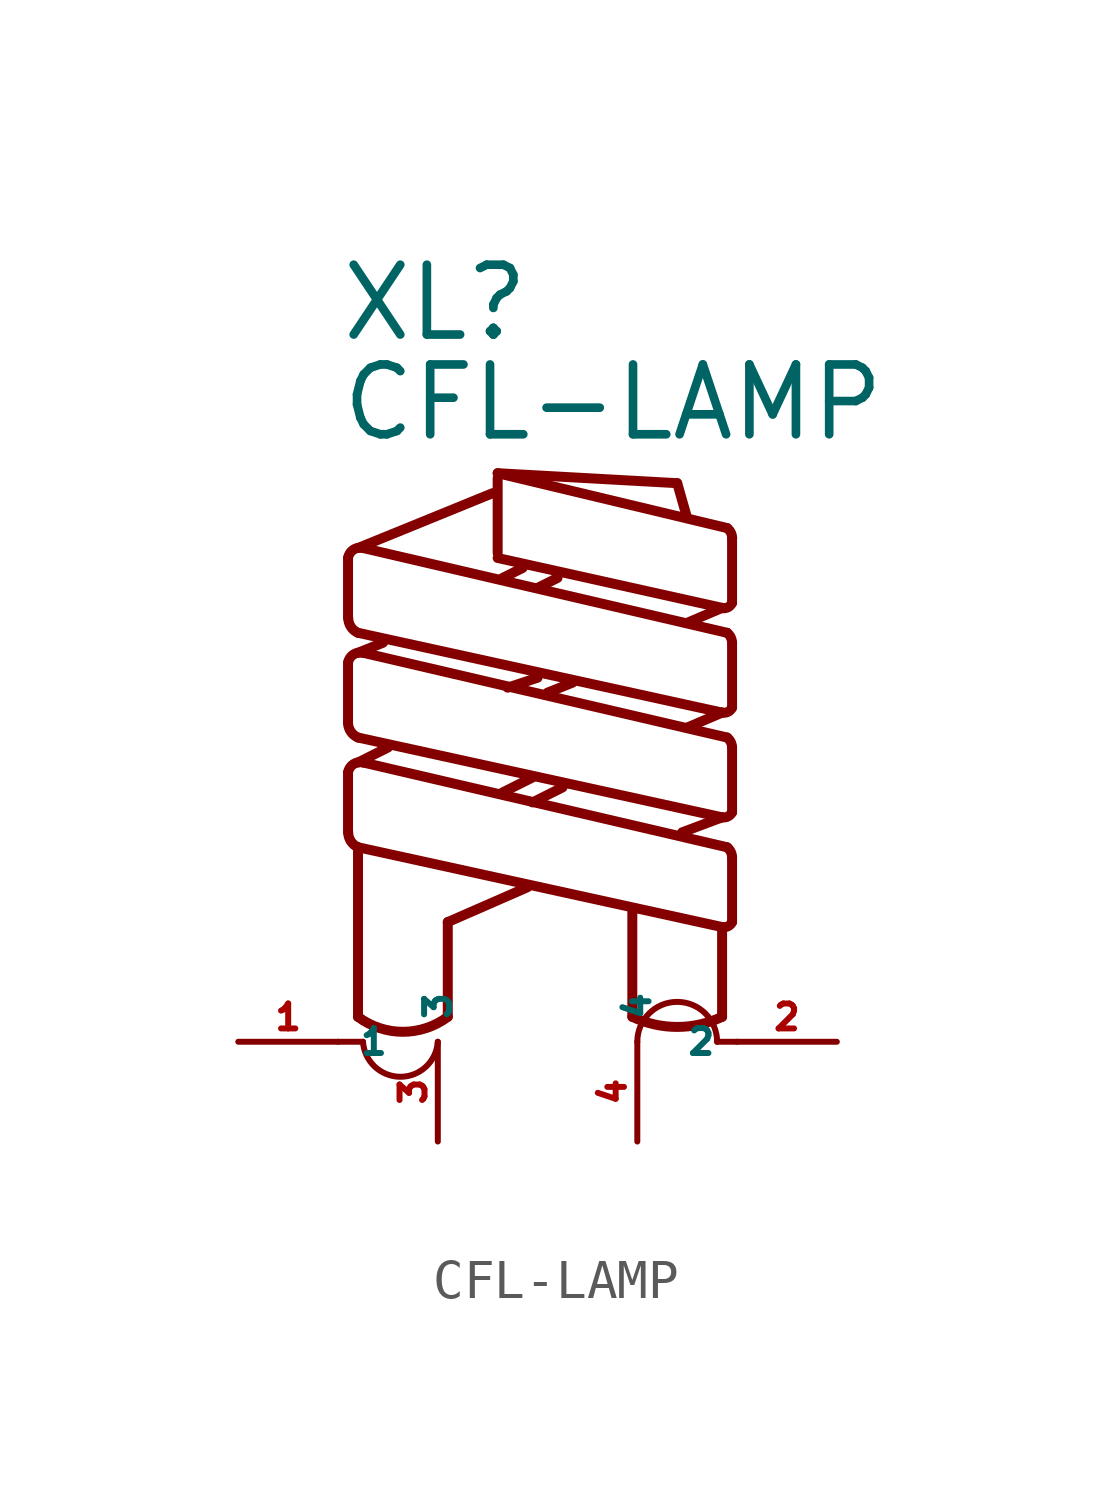
<source format=kicad_sym>
(kicad_symbol_lib
  (version 20220914)
  (generator Eagle2Kicad)
  (symbol "CFL-LAMP"
    (property "Reference" "XL"
      (at -5.08 12.7 0)
      (effects (font (size 1.778 1.778) (thickness 0.22)) (justify left bottom)))
    (property "Value" "CFL-LAMP"
      (at -5.08 10.16 0)
      (effects (font (size 1.778 1.778) (thickness 0.22)) (justify left bottom)))
    (polyline
      (pts (xy -4.572 -4.445) (xy -4.572 -0.127))
      (stroke (width 0.254) (type default))
      (fill (type none)))
    (polyline
      (pts (xy -4.572 -0.127) (xy 4.699 -2.159))
      (stroke (width 0.254) (type default))
      (fill (type none)))
    (arc
      (start 4.699 -2.159)
      (mid 4.848 -2.140)
      (end 4.953 -2.032)
      (stroke (width 0.254) (type default))
      (fill (type none)))
    (polyline
      (pts (xy 4.953 -2.032) (xy 4.953 -0.381))
      (stroke (width 0.254) (type default))
      (fill (type none)))
    (arc
      (start 4.953 -0.381)
      (mid 4.919 -0.239)
      (end 4.826 -0.127)
      (stroke (width 0.254) (type default))
      (fill (type none)))
    (polyline
      (pts (xy 4.826 -0.127) (xy -4.445 2.032))
      (stroke (width 0.254) (type default))
      (fill (type none)))
    (arc
      (start -4.445 2.032)
      (mid -4.691 1.988)
      (end -4.826 1.778)
      (stroke (width 0.254) (type default))
      (fill (type none)))
    (polyline
      (pts (xy -4.826 1.778) (xy -4.826 0.254))
      (stroke (width 0.254) (type default))
      (fill (type none)))
    (arc
      (start -4.826 0.254)
      (mid -4.757 0.025)
      (end -4.572 -0.127)
      (stroke (width 0.254) (type default))
      (fill (type none)))
    (polyline
      (pts (xy -4.572 2.667) (xy 4.699 0.635))
      (stroke (width 0.254) (type default))
      (fill (type none)))
    (arc
      (start 4.699 0.635)
      (mid 4.848 0.654)
      (end 4.953 0.762)
      (stroke (width 0.254) (type default))
      (fill (type none)))
    (polyline
      (pts (xy 4.953 0.762) (xy 4.953 2.413))
      (stroke (width 0.254) (type default))
      (fill (type none)))
    (arc
      (start 4.953 2.413)
      (mid 4.919 2.555)
      (end 4.826 2.667)
      (stroke (width 0.254) (type default))
      (fill (type none)))
    (polyline
      (pts (xy 4.826 2.667) (xy -4.445 4.826))
      (stroke (width 0.254) (type default))
      (fill (type none)))
    (arc
      (start -4.445 4.826)
      (mid -4.691 4.782)
      (end -4.826 4.572)
      (stroke (width 0.254) (type default))
      (fill (type none)))
    (polyline
      (pts (xy -4.826 4.572) (xy -4.826 3.048))
      (stroke (width 0.254) (type default))
      (fill (type none)))
    (arc
      (start -4.826 3.048)
      (mid -4.757 2.819)
      (end -4.572 2.667)
      (stroke (width 0.254) (type default))
      (fill (type none)))
    (polyline
      (pts (xy -4.572 5.334) (xy 4.699 3.302))
      (stroke (width 0.254) (type default))
      (fill (type none)))
    (arc
      (start 4.699 3.302)
      (mid 4.848 3.321)
      (end 4.953 3.429)
      (stroke (width 0.254) (type default))
      (fill (type none)))
    (polyline
      (pts (xy 4.953 3.429) (xy 4.953 5.08))
      (stroke (width 0.254) (type default))
      (fill (type none)))
    (arc
      (start 4.953 5.08)
      (mid 4.919 5.222)
      (end 4.826 5.334)
      (stroke (width 0.254) (type default))
      (fill (type none)))
    (polyline
      (pts (xy 4.826 5.334) (xy -4.445 7.493))
      (stroke (width 0.254) (type default))
      (fill (type none)))
    (arc
      (start -4.445 7.493)
      (mid -4.691 7.449)
      (end -4.826 7.239)
      (stroke (width 0.254) (type default))
      (fill (type none)))
    (polyline
      (pts (xy -4.826 7.239) (xy -4.826 5.715))
      (stroke (width 0.254) (type default))
      (fill (type none)))
    (arc
      (start -4.826 5.715)
      (mid -4.757 5.486)
      (end -4.572 5.334)
      (stroke (width 0.254) (type default))
      (fill (type none)))
    (polyline
      (pts (xy -1.016 7.239) (xy 4.699 5.969))
      (stroke (width 0.254) (type default))
      (fill (type none)))
    (arc
      (start 4.699 5.969)
      (mid 4.848 5.988)
      (end 4.953 6.096)
      (stroke (width 0.254) (type default))
      (fill (type none)))
    (polyline
      (pts (xy 4.953 6.096) (xy 4.953 7.747))
      (stroke (width 0.254) (type default))
      (fill (type none)))
    (arc
      (start 4.953 7.747)
      (mid 4.919 7.889)
      (end 4.826 8.001)
      (stroke (width 0.254) (type default))
      (fill (type none)))
    (polyline
      (pts (xy 4.826 8.001) (xy -1.016 9.398))
      (stroke (width 0.254) (type default))
      (fill (type none)))
    (polyline
      (pts (xy -1.016 9.398) (xy 3.556 9.144))
      (stroke (width 0.254) (type default))
      (fill (type none)))
    (polyline
      (pts (xy 3.556 9.144) (xy 3.81 8.255))
      (stroke (width 0.254) (type default))
      (fill (type none)))
    (polyline
      (pts (xy -1.016 9.271) (xy -1.016 7.366))
      (stroke (width 0.254) (type default))
      (fill (type none)))
    (polyline
      (pts (xy -0.889 6.731) (xy -0.381 6.985))
      (stroke (width 0.254) (type default))
      (fill (type none)))
    (polyline
      (pts (xy 0 6.477) (xy 0.508 6.731))
      (stroke (width 0.254) (type default))
      (fill (type none)))
    (polyline
      (pts (xy -4.572 7.493) (xy -1.143 8.89))
      (stroke (width 0.254) (type default))
      (fill (type none)))
    (polyline
      (pts (xy -4.572 4.826) (xy -3.937 5.08))
      (stroke (width 0.254) (type default))
      (fill (type none)))
    (polyline
      (pts (xy -4.572 2.032) (xy -3.81 2.413))
      (stroke (width 0.254) (type default))
      (fill (type none)))
    (polyline
      (pts (xy -0.762 3.937) (xy 0 4.191))
      (stroke (width 0.254) (type default))
      (fill (type none)))
    (polyline
      (pts (xy 0.254 3.81) (xy 0.889 4.064))
      (stroke (width 0.254) (type default))
      (fill (type none)))
    (polyline
      (pts (xy -0.889 1.27) (xy -0.127 1.651))
      (stroke (width 0.254) (type default))
      (fill (type none)))
    (polyline
      (pts (xy -0.127 1.016) (xy 0.635 1.397))
      (stroke (width 0.254) (type default))
      (fill (type none)))
    (polyline
      (pts (xy -0.254 -1.143) (xy -2.286 -2.032))
      (stroke (width 0.254) (type default))
      (fill (type none)))
    (polyline
      (pts (xy -2.286 -2.032) (xy -2.286 -4.445))
      (stroke (width 0.254) (type default))
      (fill (type none)))
    (arc
      (start -4.572 -4.445)
      (mid -3.429 -4.826)
      (end -2.286 -4.445)
      (stroke (width 0.254) (type default))
      (fill (type none)))
    (polyline
      (pts (xy 4.699 -2.159) (xy 4.699 -4.445))
      (stroke (width 0.254) (type default))
      (fill (type none)))
    (arc
      (start 2.413 -4.445)
      (mid 3.556 -4.702)
      (end 4.699 -4.445)
      (stroke (width 0.254) (type default))
      (fill (type none)))
    (polyline
      (pts (xy 2.413 -4.445) (xy 2.413 -1.778))
      (stroke (width 0.254) (type default))
      (fill (type none)))
    (polyline
      (pts (xy 4.699 0.635) (xy 3.683 0.254))
      (stroke (width 0.254) (type default))
      (fill (type none)))
    (polyline
      (pts (xy 4.699 3.302) (xy 3.81 2.921))
      (stroke (width 0.254) (type default))
      (fill (type none)))
    (polyline
      (pts (xy 4.699 5.969) (xy 3.81 5.588))
      (stroke (width 0.254) (type default))
      (fill (type none)))
    (arc
      (start -4.445 -5.08)
      (mid -3.493 -5.971)
      (end -2.54 -5.08)
      (stroke (width 0.1524) (type default))
      (fill (type none)))
    (polyline
      (pts (xy -5.08 -5.08) (xy -4.445 -5.08))
      (stroke (width 0.152) (type default))
      (fill (type none)))
    (arc
      (start 4.572 -5.08)
      (mid 3.556 -4.064)
      (end 2.54 -5.08)
      (stroke (width 0.1524) (type default))
      (fill (type none)))
    (polyline
      (pts (xy 4.572 -5.08) (xy 5.08 -5.08))
      (stroke (width 0.152) (type default))
      (fill (type none)))
    (pin passive line
      (at -7.62 -5.08 0)
      (length 2.54)
      (name "1" (effects (font (size 0.635 0.635) (thickness 0.08)) (justify left bottom)))
      (number "1" (effects (font (size 0.635 0.635) (thickness 0.08)) (justify left bottom))))
    (pin passive line
      (at 7.62 -5.08 180)
      (length 2.54)
      (name "2" (effects (font (size 0.635 0.635) (thickness 0.08)) (justify left bottom)))
      (number "2" (effects (font (size 0.635 0.635) (thickness 0.08)) (justify left bottom))))
    (pin passive line
      (at -2.54 -7.62 90)
      (length 2.54)
      (name "3" (effects (font (size 0.635 0.635) (thickness 0.08)) (justify left bottom)))
      (number "3" (effects (font (size 0.635 0.635) (thickness 0.08)) (justify left bottom))))
    (pin passive line
      (at 2.54 -7.62 90)
      (length 2.54)
      (name "4" (effects (font (size 0.635 0.635) (thickness 0.08)) (justify left bottom)))
      (number "4" (effects (font (size 0.635 0.635) (thickness 0.08)) (justify left bottom))))))
</source>
